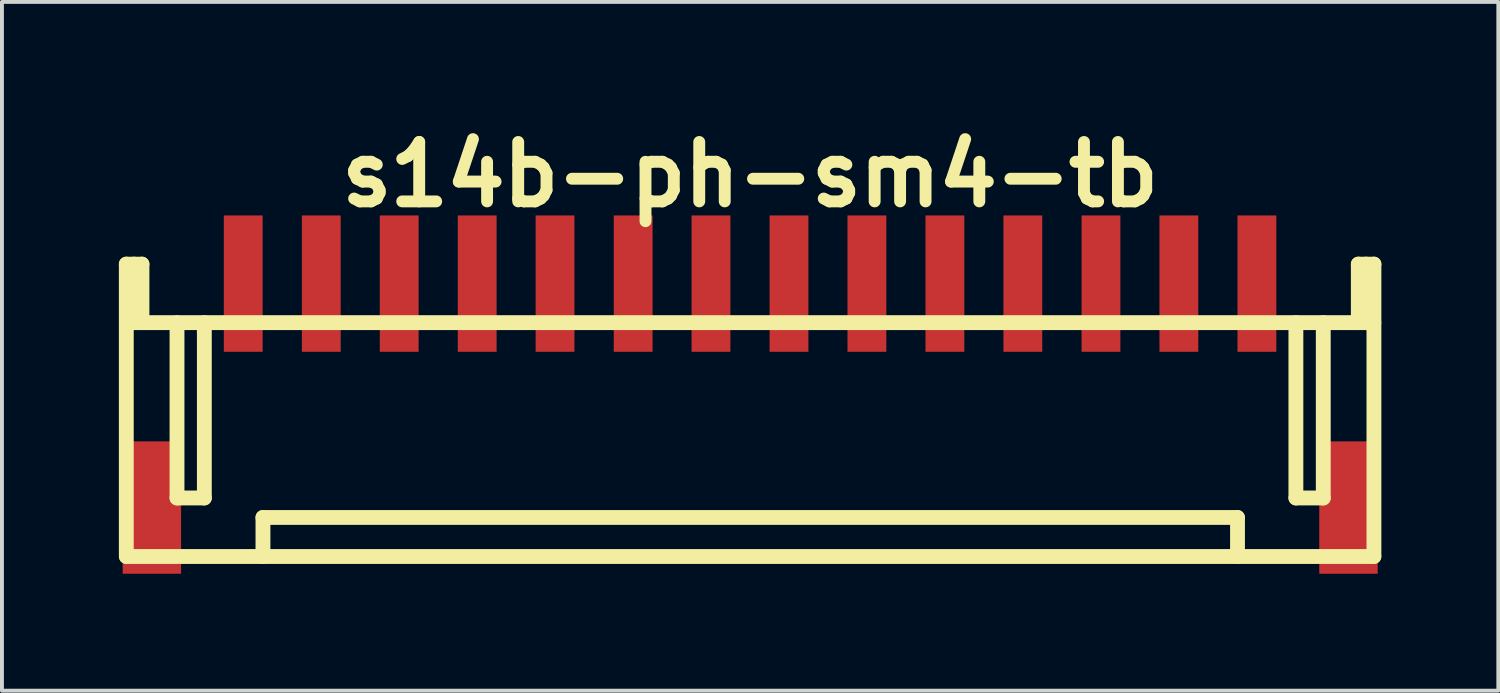
<source format=kicad_pcb>
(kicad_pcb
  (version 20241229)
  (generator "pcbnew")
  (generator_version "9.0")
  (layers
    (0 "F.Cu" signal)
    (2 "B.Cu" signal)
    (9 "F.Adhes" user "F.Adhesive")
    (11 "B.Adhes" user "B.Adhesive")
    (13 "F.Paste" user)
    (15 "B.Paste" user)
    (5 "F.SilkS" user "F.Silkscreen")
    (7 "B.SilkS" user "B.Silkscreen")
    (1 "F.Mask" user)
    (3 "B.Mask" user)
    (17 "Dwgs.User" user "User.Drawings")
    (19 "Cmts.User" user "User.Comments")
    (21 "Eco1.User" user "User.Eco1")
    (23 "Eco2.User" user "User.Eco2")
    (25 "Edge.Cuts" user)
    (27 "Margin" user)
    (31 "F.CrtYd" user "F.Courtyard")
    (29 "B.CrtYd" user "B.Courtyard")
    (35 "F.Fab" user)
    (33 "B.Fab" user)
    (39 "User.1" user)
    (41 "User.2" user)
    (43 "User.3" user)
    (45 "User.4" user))
  (footprint "s14b-ph-sm4-tb"
    (layer "F.Cu")
    (at 16.195 4.226)
    (property "Reference" "s14b-ph-sm4-tb" (at 0 -2.799 0) (layer "F.SilkS") (effects (font (size 1.524 1.524) (thickness 0.305))))
    (attr through_hole)
    (fp_line (start -16.005 7) (end -16.005 -0.5) (stroke (width 0.381) (type solid)) (layer "F.SilkS"))
    (fp_line (start -15.999 7) (end 15.999 7) (stroke (width 0.381) (type solid)) (layer "F.SilkS"))
    (fp_line (start -15.804 -0.5) (end -15.804 1.001) (stroke (width 0.381) (type solid)) (layer "F.SilkS"))
    (fp_line (start -15.603 -0.5) (end -16.005 -0.5) (stroke (width 0.381) (type solid)) (layer "F.SilkS"))
    (fp_line (start -15.603 1.001) (end -15.603 -0.5) (stroke (width 0.381) (type solid)) (layer "F.SilkS"))
    (fp_line (start -14.704 5.499) (end -14.704 1.001) (stroke (width 0.381) (type solid)) (layer "F.SilkS"))
    (fp_line (start -14.003 1.001) (end -14.003 5.499) (stroke (width 0.381) (type solid)) (layer "F.SilkS"))
    (fp_line (start -14.003 5.499) (end -14.704 5.499) (stroke (width 0.381) (type solid)) (layer "F.SilkS"))
    (fp_line (start -12.499 7) (end -12.499 5.999) (stroke (width 0.381) (type solid)) (layer "F.SilkS"))
    (fp_line (start 12.499 5.999) (end -12.499 5.999) (stroke (width 0.381) (type solid)) (layer "F.SilkS"))
    (fp_line (start 12.502 5.999) (end 12.502 6.998) (stroke (width 0.381) (type solid)) (layer "F.SilkS"))
    (fp_line (start 14 1.001) (end 14 5.499) (stroke (width 0.381) (type solid)) (layer "F.SilkS"))
    (fp_line (start 14 5.499) (end 14.702 5.499) (stroke (width 0.381) (type solid)) (layer "F.SilkS"))
    (fp_line (start 14.702 5.499) (end 14.702 1.001) (stroke (width 0.381) (type solid)) (layer "F.SilkS"))
    (fp_line (start 15.601 -0.5) (end 15.601 1.001) (stroke (width 0.381) (type solid)) (layer "F.SilkS"))
    (fp_line (start 15.801 1.001) (end 15.801 -0.5) (stroke (width 0.381) (type solid)) (layer "F.SilkS"))
    (fp_line (start 15.999 1.001) (end -15.999 1.001) (stroke (width 0.381) (type solid)) (layer "F.SilkS"))
    (fp_line (start 16.002 -0.5) (end 15.601 -0.5) (stroke (width 0.381) (type solid)) (layer "F.SilkS"))
    (fp_line (start 16.002 -0.5) (end 16.002 7) (stroke (width 0.381) (type solid)) (layer "F.SilkS"))
    (pad "" smd rect (at -15.349 5.745) (size 1.499 3.396) (layers "F.Cu" "F.Mask" "F.Paste"))
    (pad "" smd rect (at 15.349 5.745) (size 1.499 3.396) (layers "F.Cu" "F.Mask" "F.Paste"))
    (pad "1" smd rect (at -13.005 0) (size 0.996 3.498) (layers "F.Cu" "F.Mask" "F.Paste"))
    (pad "2" smd rect (at -11.003 0) (size 0.996 3.498) (layers "F.Cu" "F.Mask" "F.Paste"))
    (pad "3" smd rect (at -9.004 0) (size 0.996 3.498) (layers "F.Cu" "F.Mask" "F.Paste"))
    (pad "4" smd rect (at -7.003 0) (size 0.996 3.498) (layers "F.Cu" "F.Mask" "F.Paste"))
    (pad "5" smd rect (at -5.006 0) (size 0.996 3.498) (layers "F.Cu" "F.Mask" "F.Paste"))
    (pad "6" smd rect (at -3.002 0) (size 0.996 3.498) (layers "F.Cu" "F.Mask" "F.Paste"))
    (pad "7" smd rect (at -1.006 0) (size 0.996 3.498) (layers "F.Cu" "F.Mask" "F.Paste"))
    (pad "8" smd rect (at 0.996 0) (size 0.996 3.498) (layers "F.Cu" "F.Mask" "F.Paste"))
    (pad "9" smd rect (at 2.995 0) (size 0.996 3.498) (layers "F.Cu" "F.Mask" "F.Paste"))
    (pad "10" smd rect (at 4.996 0) (size 0.996 3.498) (layers "F.Cu" "F.Mask" "F.Paste"))
    (pad "11" smd rect (at 6.995 0) (size 0.996 3.498) (layers "F.Cu" "F.Mask" "F.Paste"))
    (pad "12" smd rect (at 8.999 0) (size 0.996 3.498) (layers "F.Cu" "F.Mask" "F.Paste"))
    (pad "13" smd rect (at 10.998 0) (size 0.996 3.498) (layers "F.Cu" "F.Mask" "F.Paste"))
    (pad "14" smd rect (at 13 0) (size 0.996 3.498) (layers "F.Cu" "F.Mask" "F.Paste")))
  (gr_rect
    (start -3 -3)
    (end 35.388 14.669)
    (stroke (width 0.1) (type default))
    (fill no)
    (layer "Edge.Cuts")))
</source>
